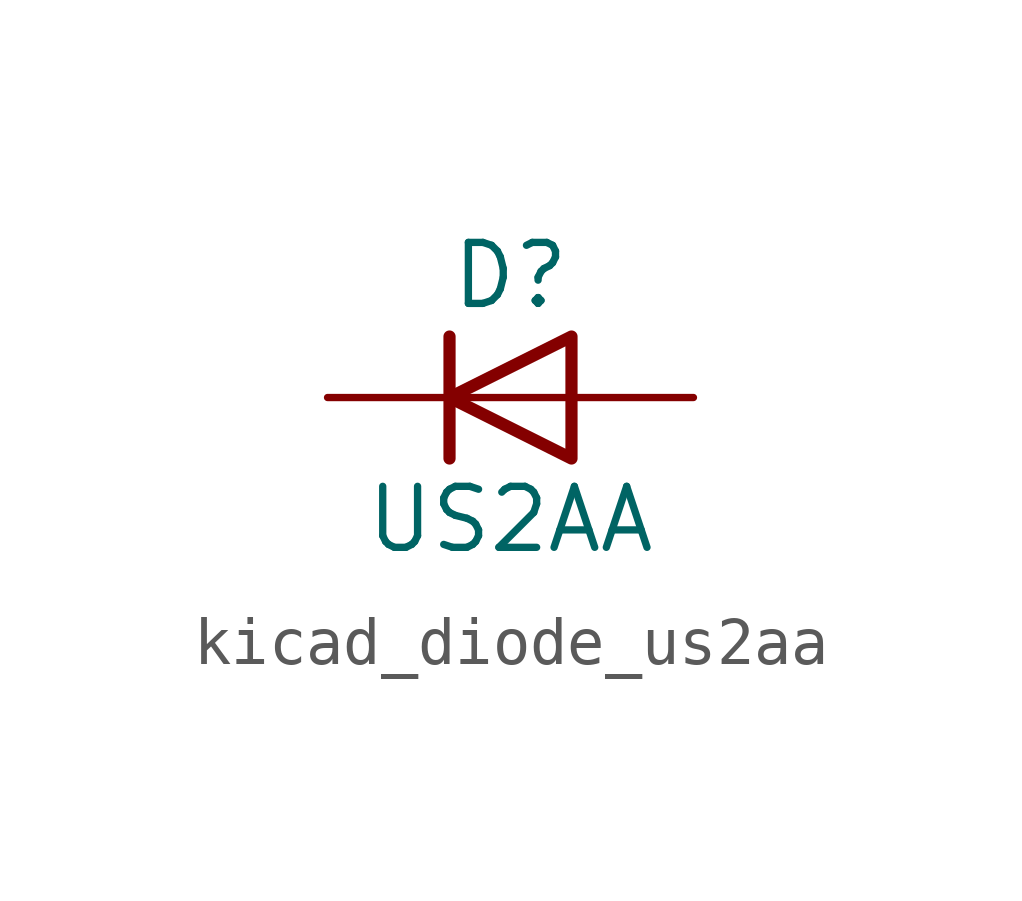
<source format=kicad_sym>
(kicad_symbol_lib
  (version 20220914)
  (generator kicad_symbol_editor)
  (symbol "kicad_diode_us2aa"
    (pin_numbers hide)
    (pin_names hide)
    (property "Reference" "D"
      (at 0 2.54 0)
      (effects (font (size 1.27 1.27))))
    (property "Value" "US2AA"
      (at 0 -2.54 0)
      (effects (font (size 1.27 1.27))))
    (symbol "kicad_diode_us2aa_0_1"
      (polyline (pts (xy -1.27 1.27) (xy -1.27 -1.27)) (stroke (width 0.254) (type default)) (fill (type none)))
      (polyline (pts (xy 1.27 0) (xy -1.27 0)) (stroke (width 0) (type default)) (fill (type none)))
      (polyline (pts (xy 1.27 1.27) (xy 1.27 -1.27) (xy -1.27 0) (xy 1.27 1.27)) (stroke (width 0.254) (type default)) (fill (type none))))
    (symbol "kicad_diode_us2aa_1_1"
      (pin passive line (at -3.81 0 0) (length 2.54) (name "K" (effects (font (size 1.27 1.27)))) (number "1" (effects (font (size 1.27 1.27)))))
      (pin passive line (at 3.81 0 180) (length 2.54) (name "A" (effects (font (size 1.27 1.27)))) (number "2" (effects (font (size 1.27 1.27))))))))
</source>
